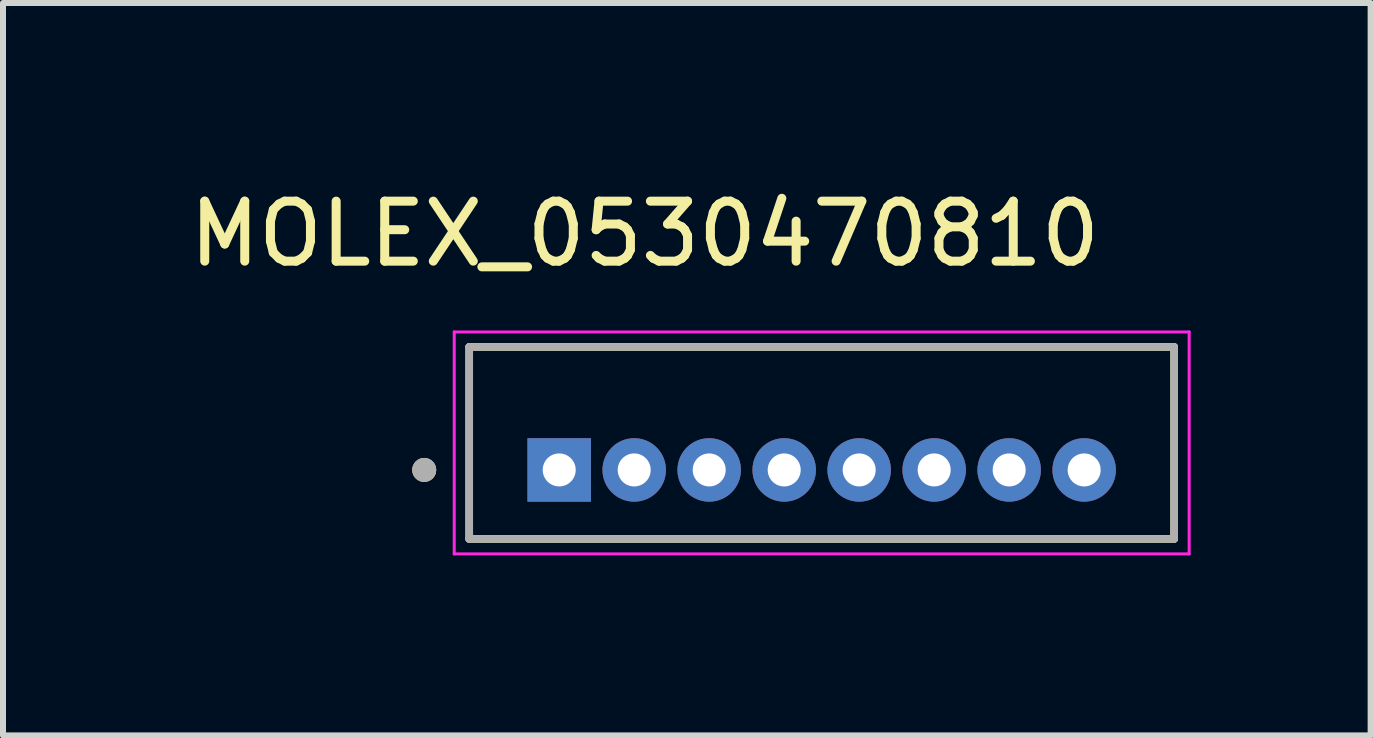
<source format=kicad_pcb>
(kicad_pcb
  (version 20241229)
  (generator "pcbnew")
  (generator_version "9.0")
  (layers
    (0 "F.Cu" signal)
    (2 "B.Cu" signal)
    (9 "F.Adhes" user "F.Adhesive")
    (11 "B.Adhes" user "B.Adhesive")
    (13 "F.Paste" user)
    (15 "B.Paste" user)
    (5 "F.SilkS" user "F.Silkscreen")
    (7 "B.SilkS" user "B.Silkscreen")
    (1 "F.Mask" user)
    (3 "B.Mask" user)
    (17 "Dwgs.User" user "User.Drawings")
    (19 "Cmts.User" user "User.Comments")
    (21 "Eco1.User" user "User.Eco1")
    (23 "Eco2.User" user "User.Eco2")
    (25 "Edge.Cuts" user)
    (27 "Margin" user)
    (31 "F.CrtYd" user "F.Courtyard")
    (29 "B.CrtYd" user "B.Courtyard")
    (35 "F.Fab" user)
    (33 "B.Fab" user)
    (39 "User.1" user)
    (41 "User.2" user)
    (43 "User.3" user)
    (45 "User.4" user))
  (footprint "MOLEX_0530470810"
    (layer "F.Cu")
    (at 10.646 4.333)
    (property "Reference" "MOLEX_0530470810" (at -2.95 -3.485 0) (layer "F.SilkS") (effects (font (size 1 1) (thickness 0.15))))
    (attr through_hole)
    (fp_line (start -5.875 -1.6) (end -5.875 1.6) (stroke (width 0.127) (type solid)) (layer "F.SilkS"))
    (fp_line (start -5.875 -1.6) (end 5.875 -1.6) (stroke (width 0.127) (type solid)) (layer "F.SilkS"))
    (fp_line (start -5.875 1.6) (end 5.875 1.6) (stroke (width 0.127) (type solid)) (layer "F.SilkS"))
    (fp_line (start 5.875 -1.6) (end 5.875 1.6) (stroke (width 0.127) (type solid)) (layer "F.SilkS"))
    (fp_circle (center -6.625 0.45) (end -6.525 0.45) (stroke (width 0.2) (type solid)) (fill no) (layer "F.SilkS"))
    (fp_line (start -6.125 -1.85) (end -6.125 1.85) (stroke (width 0.05) (type solid)) (layer "F.CrtYd"))
    (fp_line (start -6.125 1.85) (end 6.125 1.85) (stroke (width 0.05) (type solid)) (layer "F.CrtYd"))
    (fp_line (start 6.125 -1.85) (end -6.125 -1.85) (stroke (width 0.05) (type solid)) (layer "F.CrtYd"))
    (fp_line (start 6.125 1.85) (end 6.125 -1.85) (stroke (width 0.05) (type solid)) (layer "F.CrtYd"))
    (fp_line (start -5.875 -1.6) (end -5.875 1.6) (stroke (width 0.127) (type solid)) (layer "F.Fab"))
    (fp_line (start -5.875 -1.6) (end 5.875 -1.6) (stroke (width 0.127) (type solid)) (layer "F.Fab"))
    (fp_line (start -5.875 1.6) (end 5.875 1.6) (stroke (width 0.127) (type solid)) (layer "F.Fab"))
    (fp_line (start 5.875 -1.6) (end 5.875 1.6) (stroke (width 0.127) (type solid)) (layer "F.Fab"))
    (fp_circle (center -6.625 0.45) (end -6.525 0.45) (stroke (width 0.2) (type solid)) (fill no) (layer "F.Fab"))
    (pad "1" thru_hole rect (at -4.375 0.45) (size 1.058 1.058) (drill 0.55) (layers "*.Cu" "*.Mask"))
    (pad "2" thru_hole circle (at -3.125 0.45) (size 1.058 1.058) (drill 0.55) (layers "*.Cu" "*.Mask"))
    (pad "3" thru_hole circle (at -1.875 0.45) (size 1.058 1.058) (drill 0.55) (layers "*.Cu" "*.Mask"))
    (pad "4" thru_hole circle (at -0.625 0.45) (size 1.058 1.058) (drill 0.55) (layers "*.Cu" "*.Mask"))
    (pad "5" thru_hole circle (at 0.625 0.45) (size 1.058 1.058) (drill 0.55) (layers "*.Cu" "*.Mask"))
    (pad "6" thru_hole circle (at 1.875 0.45) (size 1.058 1.058) (drill 0.55) (layers "*.Cu" "*.Mask"))
    (pad "7" thru_hole circle (at 3.125 0.45) (size 1.058 1.058) (drill 0.55) (layers "*.Cu" "*.Mask"))
    (pad "8" thru_hole circle (at 4.375 0.45) (size 1.058 1.058) (drill 0.55) (layers "*.Cu" "*.Mask")))
  (gr_rect
    (start -3 -3)
    (end 19.796 9.208)
    (stroke (width 0.1) (type default))
    (fill no)
    (layer "Edge.Cuts")))
</source>
